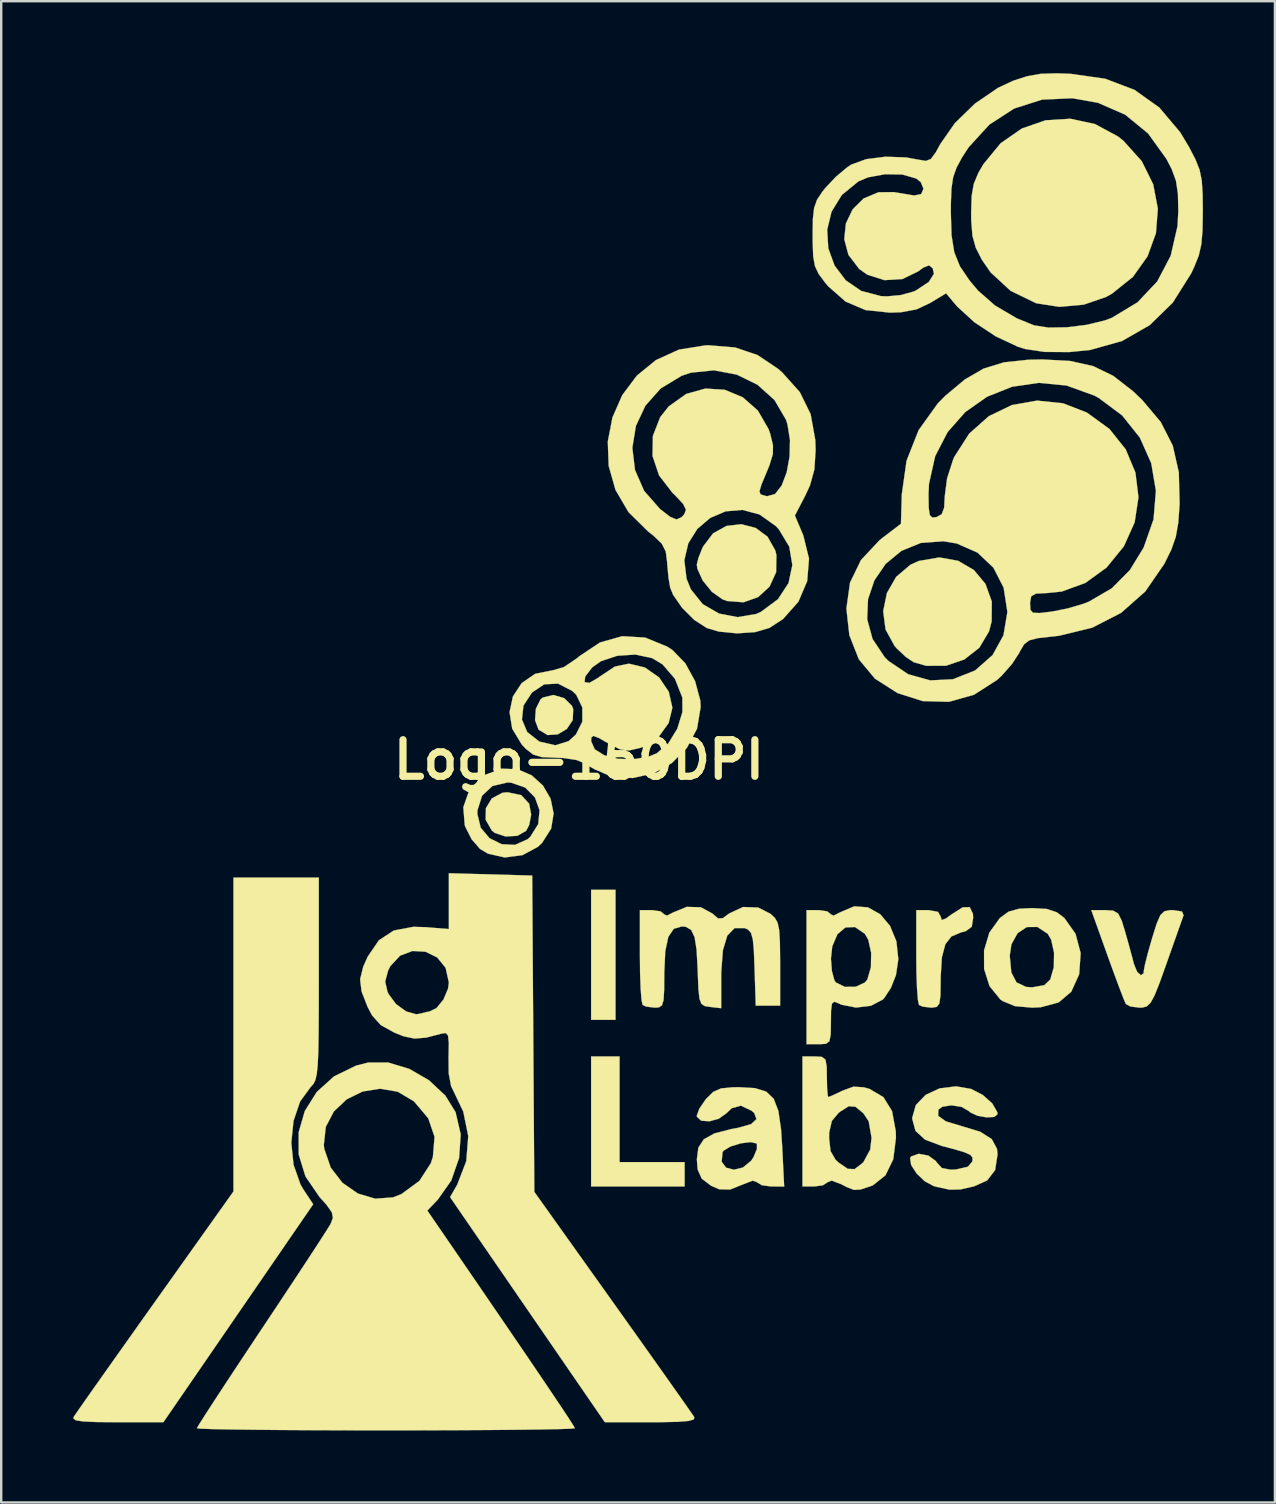
<source format=kicad_pcb>
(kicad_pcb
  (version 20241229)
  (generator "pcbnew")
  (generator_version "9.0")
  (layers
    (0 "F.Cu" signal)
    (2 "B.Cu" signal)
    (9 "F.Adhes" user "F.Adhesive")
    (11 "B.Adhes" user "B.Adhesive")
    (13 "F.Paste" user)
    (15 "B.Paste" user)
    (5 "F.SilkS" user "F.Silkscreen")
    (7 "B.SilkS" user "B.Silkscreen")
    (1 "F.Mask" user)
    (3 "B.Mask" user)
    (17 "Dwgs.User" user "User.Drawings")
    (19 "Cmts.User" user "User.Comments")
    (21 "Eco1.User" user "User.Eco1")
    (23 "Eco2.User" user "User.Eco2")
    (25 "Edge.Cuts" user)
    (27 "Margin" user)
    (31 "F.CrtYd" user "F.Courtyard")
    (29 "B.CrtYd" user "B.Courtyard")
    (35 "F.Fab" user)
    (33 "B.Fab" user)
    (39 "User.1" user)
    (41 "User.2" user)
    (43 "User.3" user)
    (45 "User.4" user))
  (footprint "Logo-150DPI"
    (layer "F.Cu")
    (at 21.07 28.603)
    (property "Reference" "Logo-150DPI" (at 0 0 0) (layer "F.SilkS") (effects (font (size 1.524 1.524) (thickness 0.3))))
    (attr through_hole)
    (fp_poly (pts (xy 1.524 10.837) (xy 0.508 10.837) (xy 0.508 5.419) (xy 1.524 5.419) (xy 1.524 10.837)) (stroke (width 0.01) (type solid)) (fill yes) (layer "F.SilkS"))
    (fp_poly (pts (xy 1.693 16.764) (xy 4.403 16.764) (xy 4.403 17.78) (xy 0.508 17.78) (xy 0.508 12.361) (xy 1.693 12.361) (xy 1.693 16.764)) (stroke (width 0.01) (type solid)) (fill yes) (layer "F.SilkS"))
    (fp_poly (pts (xy -2.405 1.475) (xy -2.074 1.83) (xy -1.99 2.286) (xy -2.072 2.719) (xy -2.201 2.963) (xy -2.564 3.17) (xy -3.053 3.198) (xy -3.506 3.048) (xy -3.629 2.951) (xy -3.888 2.497) (xy -3.875 2.017) (xy -3.63 1.611) (xy -3.193 1.378) (xy -2.978 1.355) (xy -2.405 1.475)) (stroke (width 0.01) (type solid)) (fill yes) (layer "F.SilkS"))
    (fp_poly (pts (xy -0.613 -2.566) (xy -0.291 -2.248) (xy -0.237 -2.107) (xy -0.258 -1.65) (xy -0.505 -1.282) (xy -0.885 -1.057) (xy -1.306 -1.028) (xy -1.676 -1.249) (xy -1.685 -1.26) (xy -1.829 -1.649) (xy -1.794 -2.123) (xy -1.603 -2.51) (xy -1.508 -2.59) (xy -1.065 -2.698) (xy -0.613 -2.566)) (stroke (width 0.01) (type solid)) (fill yes) (layer "F.SilkS"))
    (fp_poly (pts (xy 7.358 -9.661) (xy 7.857 -9.294) (xy 8.181 -8.721) (xy 8.228 -8.531) (xy 8.216 -7.815) (xy 7.942 -7.213) (xy 7.468 -6.777) (xy 6.859 -6.559) (xy 6.178 -6.612) (xy 5.98 -6.684) (xy 5.538 -6.997) (xy 5.157 -7.467) (xy 4.933 -7.961) (xy 4.911 -8.136) (xy 4.979 -8.41) (xy 5.145 -8.825) (xy 5.173 -8.883) (xy 5.589 -9.433) (xy 6.144 -9.74) (xy 6.76 -9.813) (xy 7.358 -9.661)) (stroke (width 0.01) (type solid)) (fill yes) (layer "F.SilkS"))
    (fp_poly (pts (xy 15.8 -8.288) (xy 16.457 -7.903) (xy 16.939 -7.323) (xy 17.201 -6.593) (xy 17.195 -5.762) (xy 17.086 -5.348) (xy 16.682 -4.666) (xy 16.06 -4.179) (xy 15.297 -3.917) (xy 14.471 -3.914) (xy 13.956 -4.059) (xy 13.621 -4.279) (xy 13.235 -4.644) (xy 13.152 -4.738) (xy 12.775 -5.425) (xy 12.676 -6.187) (xy 12.83 -6.945) (xy 13.216 -7.618) (xy 13.809 -8.123) (xy 14.153 -8.28) (xy 15.016 -8.429) (xy 15.8 -8.288)) (stroke (width 0.01) (type solid)) (fill yes) (layer "F.SilkS"))
    (fp_poly (pts (xy 16.415 6.418) (xy 16.425 6.591) (xy 16.367 6.957) (xy 16.124 7.14) (xy 15.907 7.199) (xy 15.519 7.363) (xy 15.265 7.688) (xy 15.123 8.228) (xy 15.072 9.036) (xy 15.071 9.24) (xy 15.062 9.828) (xy 15.018 10.155) (xy 14.911 10.296) (xy 14.712 10.329) (xy 14.676 10.329) (xy 14.32 10.286) (xy 14.168 10.216) (xy 14.123 10.011) (xy 14.086 9.54) (xy 14.062 8.876) (xy 14.055 8.184) (xy 14.055 6.265) (xy 14.563 6.265) (xy 14.958 6.336) (xy 15.071 6.532) (xy 15.114 6.678) (xy 15.29 6.615) (xy 15.517 6.447) (xy 15.986 6.15) (xy 16.282 6.14) (xy 16.415 6.418)) (stroke (width 0.01) (type solid)) (fill yes) (layer "F.SilkS"))
    (fp_poly (pts (xy 21.501 -26.485) (xy 22.462 -25.966) (xy 22.689 -25.785) (xy 23.451 -24.935) (xy 23.926 -23.974) (xy 24.12 -22.957) (xy 24.04 -21.938) (xy 23.69 -20.973) (xy 23.078 -20.114) (xy 22.209 -19.418) (xy 21.959 -19.279) (xy 21.034 -18.961) (xy 20.02 -18.868) (xy 19.07 -19.015) (xy 19.036 -19.025) (xy 17.986 -19.535) (xy 17.15 -20.306) (xy 16.79 -20.828) (xy 16.534 -21.33) (xy 16.396 -21.824) (xy 16.345 -22.453) (xy 16.341 -22.788) (xy 16.362 -23.486) (xy 16.45 -23.992) (xy 16.641 -24.45) (xy 16.853 -24.815) (xy 17.57 -25.686) (xy 18.45 -26.297) (xy 19.438 -26.641) (xy 20.474 -26.706) (xy 21.501 -26.485)) (stroke (width 0.01) (type solid)) (fill yes) (layer "F.SilkS"))
    (fp_poly (pts (xy -10.837 9.118) (xy -10.839 10.423) (xy -10.845 11.433) (xy -10.859 12.187) (xy -10.884 12.729) (xy -10.924 13.101) (xy -10.98 13.344) (xy -11.057 13.502) (xy -11.158 13.615) (xy -11.17 13.626) (xy -11.617 14.238) (xy -11.891 15.049) (xy -11.984 15.96) (xy -11.89 16.874) (xy -11.602 17.695) (xy -11.472 17.915) (xy -11.071 18.52) (xy -14.192 23.061) (xy -17.313 27.601) (xy -19.248 27.601) (xy -20.096 27.594) (xy -20.651 27.57) (xy -20.959 27.522) (xy -21.065 27.445) (xy -21.048 27.377) (xy -20.92 27.189) (xy -20.62 26.759) (xy -20.172 26.122) (xy -19.599 25.312) (xy -18.926 24.362) (xy -18.178 23.307) (xy -17.653 22.569) (xy -14.393 17.986) (xy -14.393 4.911) (xy -10.837 4.911) (xy -10.837 9.118)) (stroke (width 0.01) (type solid)) (fill yes) (layer "F.SilkS"))
    (fp_poly (pts (xy -2.554 0.397) (xy -1.969 0.65) (xy -1.498 1.076) (xy -1.18 1.624) (xy -1.054 2.239) (xy -1.158 2.869) (xy -1.532 3.46) (xy -1.712 3.63) (xy -2.355 3.976) (xy -3.088 4.072) (xy -3.79 3.914) (xy -4.122 3.716) (xy -4.468 3.317) (xy -4.734 2.795) (xy -4.757 2.725) (xy -4.795 2.252) (xy -4.233 2.252) (xy -4.092 2.833) (xy -3.725 3.269) (xy -3.219 3.519) (xy -2.661 3.546) (xy -2.138 3.312) (xy -2.032 3.217) (xy -1.696 2.682) (xy -1.641 2.105) (xy -1.833 1.571) (xy -2.236 1.161) (xy -2.818 0.957) (xy -2.981 0.948) (xy -3.602 1.094) (xy -4.034 1.497) (xy -4.227 2.107) (xy -4.233 2.252) (xy -4.795 2.252) (xy -4.817 1.979) (xy -4.574 1.285) (xy -4.062 0.729) (xy -3.908 0.628) (xy -3.213 0.372) (xy -2.554 0.397)) (stroke (width 0.01) (type solid)) (fill yes) (layer "F.SilkS"))
    (fp_poly (pts (xy 19.494 6.217) (xy 19.911 6.356) (xy 20.224 6.593) (xy 20.689 7.249) (xy 20.904 8.056) (xy 20.844 8.912) (xy 20.83 8.966) (xy 20.512 9.666) (xy 19.99 10.11) (xy 19.242 10.312) (xy 18.881 10.329) (xy 18.165 10.266) (xy 17.655 10.055) (xy 17.553 9.982) (xy 17.106 9.431) (xy 16.881 8.72) (xy 16.879 8.165) (xy 17.949 8.165) (xy 18.015 8.859) (xy 18.232 9.278) (xy 18.629 9.464) (xy 18.881 9.483) (xy 19.391 9.391) (xy 19.637 9.155) (xy 19.785 8.645) (xy 19.795 8.041) (xy 19.675 7.499) (xy 19.532 7.252) (xy 19.102 6.967) (xy 18.661 6.971) (xy 18.277 7.225) (xy 18.019 7.688) (xy 17.949 8.165) (xy 16.879 8.165) (xy 16.879 7.945) (xy 17.099 7.203) (xy 17.538 6.593) (xy 17.897 6.331) (xy 18.332 6.208) (xy 18.881 6.181) (xy 19.494 6.217)) (stroke (width 0.01) (type solid)) (fill yes) (layer "F.SilkS"))
    (fp_poly (pts (xy 22.259 6.287) (xy 22.465 6.407) (xy 22.615 6.705) (xy 22.753 7.154) (xy 22.922 7.756) (xy 23.068 8.297) (xy 23.122 8.509) (xy 23.257 8.835) (xy 23.416 8.98) (xy 23.525 8.895) (xy 23.537 8.781) (xy 23.583 8.532) (xy 23.703 8.058) (xy 23.873 7.461) (xy 23.883 7.427) (xy 24.072 6.823) (xy 24.223 6.476) (xy 24.39 6.314) (xy 24.624 6.267) (xy 24.748 6.265) (xy 25.124 6.322) (xy 25.192 6.477) (xy 25.108 6.715) (xy 24.937 7.198) (xy 24.705 7.854) (xy 24.474 8.509) (xy 24.192 9.295) (xy 23.985 9.815) (xy 23.819 10.123) (xy 23.661 10.275) (xy 23.477 10.325) (xy 23.356 10.329) (xy 22.978 10.281) (xy 22.787 10.179) (xy 22.696 9.968) (xy 22.519 9.507) (xy 22.28 8.865) (xy 22.02 8.147) (xy 21.346 6.265) (xy 21.922 6.265) (xy 22.259 6.287)) (stroke (width 0.01) (type solid)) (fill yes) (layer "F.SilkS"))
    (fp_poly (pts (xy 12.04 6.149) (xy 12.552 6.436) (xy 12.961 6.923) (xy 13.226 7.564) (xy 13.307 8.314) (xy 13.209 8.971) (xy 13.001 9.498) (xy 12.72 9.93) (xy 12.662 9.99) (xy 12.17 10.249) (xy 11.542 10.326) (xy 10.936 10.206) (xy 10.826 10.154) (xy 10.64 10.081) (xy 10.542 10.161) (xy 10.504 10.461) (xy 10.499 10.916) (xy 10.49 11.451) (xy 10.435 11.73) (xy 10.288 11.836) (xy 10.004 11.853) (xy 9.991 11.853) (xy 9.483 11.853) (xy 9.483 8.29) (xy 10.499 8.29) (xy 10.54 8.805) (xy 10.644 9.19) (xy 10.702 9.279) (xy 11.077 9.462) (xy 11.534 9.458) (xy 11.915 9.281) (xy 12.017 9.155) (xy 12.165 8.645) (xy 12.175 8.041) (xy 12.055 7.499) (xy 11.912 7.252) (xy 11.5 6.97) (xy 11.103 6.988) (xy 10.771 7.268) (xy 10.555 7.774) (xy 10.499 8.29) (xy 9.483 8.29) (xy 9.483 6.265) (xy 9.991 6.265) (xy 10.347 6.317) (xy 10.499 6.442) (xy 10.499 6.444) (xy 10.613 6.494) (xy 10.875 6.36) (xy 11.468 6.108) (xy 12.04 6.149)) (stroke (width 0.01) (type solid)) (fill yes) (layer "F.SilkS"))
    (fp_poly (pts (xy 10.122 12.38) (xy 10.272 12.494) (xy 10.324 12.79) (xy 10.329 13.208) (xy 10.34 13.691) (xy 10.367 13.998) (xy 10.388 14.055) (xy 10.563 13.987) (xy 10.916 13.82) (xy 10.982 13.788) (xy 11.44 13.62) (xy 11.877 13.649) (xy 12.111 13.717) (xy 12.686 14.057) (xy 13.045 14.636) (xy 13.2 15.47) (xy 13.208 15.756) (xy 13.096 16.646) (xy 12.772 17.314) (xy 12.25 17.729) (xy 12.133 17.775) (xy 11.724 17.908) (xy 11.457 17.921) (xy 11.155 17.803) (xy 10.925 17.684) (xy 10.53 17.534) (xy 10.361 17.601) (xy 10.168 17.729) (xy 9.807 17.78) (xy 9.313 17.78) (xy 9.313 15.748) (xy 10.422 15.748) (xy 10.482 16.303) (xy 10.696 16.672) (xy 10.818 16.782) (xy 11.2 17.044) (xy 11.484 17.056) (xy 11.801 16.815) (xy 11.853 16.764) (xy 12.136 16.242) (xy 12.192 15.748) (xy 12.072 15.062) (xy 11.853 14.732) (xy 11.522 14.458) (xy 11.241 14.436) (xy 10.879 14.664) (xy 10.818 14.714) (xy 10.537 15.049) (xy 10.428 15.524) (xy 10.422 15.748) (xy 9.313 15.748) (xy 9.313 12.361) (xy 9.821 12.361) (xy 10.122 12.38)) (stroke (width 0.01) (type solid)) (fill yes) (layer "F.SilkS"))
    (fp_poly (pts (xy 16.34 13.716) (xy 16.824 13.965) (xy 17.222 14.32) (xy 17.431 14.685) (xy 17.441 14.77) (xy 17.304 14.883) (xy 16.979 14.9) (xy 16.602 14.832) (xy 16.305 14.694) (xy 16.256 14.647) (xy 15.947 14.464) (xy 15.521 14.398) (xy 15.136 14.458) (xy 14.977 14.577) (xy 14.968 14.838) (xy 15.287 15.066) (xy 15.939 15.263) (xy 16.719 15.499) (xy 17.2 15.805) (xy 17.418 16.211) (xy 17.441 16.44) (xy 17.34 17.097) (xy 17.008 17.528) (xy 16.466 17.772) (xy 15.895 17.903) (xy 15.439 17.912) (xy 14.902 17.796) (xy 14.776 17.76) (xy 14.405 17.561) (xy 14.069 17.238) (xy 13.842 16.886) (xy 13.796 16.599) (xy 13.836 16.531) (xy 14.155 16.417) (xy 14.557 16.492) (xy 14.871 16.719) (xy 14.906 16.774) (xy 15.123 17.013) (xy 15.492 17.081) (xy 15.715 17.07) (xy 16.208 16.956) (xy 16.391 16.736) (xy 16.4 16.582) (xy 16.314 16.466) (xy 16.071 16.356) (xy 15.606 16.219) (xy 15.121 16.092) (xy 14.423 15.83) (xy 14.023 15.464) (xy 13.886 14.961) (xy 13.885 14.919) (xy 14.038 14.385) (xy 14.444 13.964) (xy 15.028 13.692) (xy 15.714 13.607) (xy 16.34 13.716)) (stroke (width 0.01) (type solid)) (fill yes) (layer "F.SilkS"))
    (fp_poly (pts (xy 7.332 13.681) (xy 7.802 13.826) (xy 8.116 14.127) (xy 8.31 14.634) (xy 8.421 15.396) (xy 8.467 16.091) (xy 8.551 17.781) (xy 8.015 17.78) (xy 7.626 17.729) (xy 7.422 17.607) (xy 7.419 17.601) (xy 7.239 17.536) (xy 6.855 17.684) (xy 6.298 17.907) (xy 5.846 17.897) (xy 5.503 17.747) (xy 5.116 17.453) (xy 4.944 17.068) (xy 4.921 16.748) (xy 5.946 16.748) (xy 6.132 16.996) (xy 6.457 17.081) (xy 6.834 16.988) (xy 7.178 16.703) (xy 7.271 16.562) (xy 7.417 16.21) (xy 7.414 15.994) (xy 7.412 15.991) (xy 7.153 15.93) (xy 6.739 15.983) (xy 6.314 16.115) (xy 6.025 16.289) (xy 5.984 16.35) (xy 5.946 16.748) (xy 4.921 16.748) (xy 4.913 16.649) (xy 4.975 16.161) (xy 5.202 15.814) (xy 5.645 15.568) (xy 6.358 15.384) (xy 6.64 15.333) (xy 7.172 15.182) (xy 7.397 14.972) (xy 7.303 14.718) (xy 7.19 14.622) (xy 6.746 14.412) (xy 6.365 14.519) (xy 6.141 14.732) (xy 5.824 14.958) (xy 5.436 15.064) (xy 5.094 15.039) (xy 4.916 14.875) (xy 4.911 14.826) (xy 5.014 14.542) (xy 5.269 14.167) (xy 5.314 14.112) (xy 5.598 13.836) (xy 5.915 13.695) (xy 6.392 13.647) (xy 6.67 13.643) (xy 7.332 13.681)) (stroke (width 0.01) (type solid)) (fill yes) (layer "F.SilkS"))
    (fp_poly (pts (xy 5.081 6.147) (xy 5.56 6.406) (xy 5.561 6.407) (xy 5.801 6.613) (xy 5.997 6.599) (xy 6.257 6.407) (xy 6.839 6.135) (xy 7.473 6.159) (xy 7.982 6.419) (xy 8.163 6.589) (xy 8.279 6.793) (xy 8.345 7.107) (xy 8.374 7.601) (xy 8.382 8.35) (xy 8.382 8.494) (xy 8.382 10.245) (xy 7.366 10.245) (xy 7.317 8.688) (xy 7.288 7.949) (xy 7.244 7.48) (xy 7.167 7.211) (xy 7.043 7.074) (xy 6.905 7.015) (xy 6.484 7.015) (xy 6.182 7.324) (xy 5.997 7.943) (xy 5.927 8.878) (xy 5.927 9.005) (xy 5.927 10.352) (xy 5.461 10.298) (xy 5.24 10.262) (xy 5.101 10.169) (xy 5.021 9.953) (xy 4.978 9.546) (xy 4.951 8.88) (xy 4.946 8.726) (xy 4.902 7.917) (xy 4.818 7.39) (xy 4.676 7.09) (xy 4.453 6.962) (xy 4.288 6.945) (xy 3.951 7.045) (xy 3.725 7.378) (xy 3.597 7.975) (xy 3.556 8.87) (xy 3.556 8.902) (xy 3.551 9.596) (xy 3.525 10.018) (xy 3.458 10.236) (xy 3.332 10.318) (xy 3.161 10.329) (xy 2.805 10.286) (xy 2.653 10.216) (xy 2.608 10.011) (xy 2.571 9.54) (xy 2.547 8.876) (xy 2.54 8.184) (xy 2.54 6.265) (xy 3.048 6.265) (xy 3.405 6.317) (xy 3.556 6.442) (xy 3.556 6.444) (xy 3.67 6.494) (xy 3.932 6.36) (xy 4.494 6.13) (xy 5.081 6.147)) (stroke (width 0.01) (type solid)) (fill yes) (layer "F.SilkS"))
    (fp_poly (pts (xy -1.947 4.826) (xy -1.903 11.415) (xy -1.859 18.003) (xy 1.411 22.591) (xy 2.198 23.695) (xy 2.924 24.717) (xy 3.566 25.622) (xy 4.098 26.376) (xy 4.499 26.945) (xy 4.742 27.295) (xy 4.806 27.39) (xy 4.787 27.484) (xy 4.572 27.548) (xy 4.118 27.585) (xy 3.384 27.6) (xy 3.005 27.601) (xy 1.079 27.601) (xy -2.145 22.912) (xy -5.369 18.223) (xy -5.071 17.705) (xy -4.694 16.728) (xy -4.611 15.681) (xy -4.819 14.658) (xy -5.11 14.049) (xy -5.327 13.594) (xy -5.425 13.074) (xy -5.432 12.388) (xy -5.421 11.808) (xy -5.452 11.497) (xy -5.544 11.387) (xy -5.703 11.407) (xy -6.365 11.578) (xy -6.854 11.617) (xy -7.31 11.521) (xy -7.695 11.367) (xy -8.257 11.054) (xy -8.62 10.65) (xy -8.807 10.294) (xy -9.056 9.654) (xy -9.105 9.242) (xy -8.072 9.242) (xy -7.977 9.662) (xy -7.932 9.761) (xy -7.62 10.181) (xy -7.197 10.487) (xy -6.778 10.605) (xy -6.632 10.582) (xy -6.32 10.504) (xy -6.251 10.499) (xy -5.939 10.352) (xy -5.645 9.991) (xy -5.452 9.536) (xy -5.419 9.282) (xy -5.554 8.671) (xy -5.906 8.238) (xy -6.393 7.998) (xy -6.935 7.968) (xy -7.451 8.164) (xy -7.859 8.601) (xy -7.951 8.786) (xy -8.072 9.242) (xy -9.105 9.242) (xy -9.116 9.146) (xy -8.988 8.625) (xy -8.802 8.207) (xy -8.337 7.524) (xy -7.715 7.115) (xy -6.898 6.961) (xy -6.378 6.976) (xy -5.419 7.055) (xy -5.419 4.729) (xy -1.947 4.826)) (stroke (width 0.01) (type solid)) (fill yes) (layer "F.SilkS"))
    (fp_poly (pts (xy -7.943 12.616) (xy -7.067 12.88) (xy -6.245 13.356) (xy -5.564 13.995) (xy -5.139 14.684) (xy -4.925 15.609) (xy -4.992 16.591) (xy -5.321 17.534) (xy -5.877 18.324) (xy -6.316 18.783) (xy -5.469 20.017) (xy -4.142 21.953) (xy -3.005 23.616) (xy -2.058 25.005) (xy -1.303 26.121) (xy -0.739 26.961) (xy -0.366 27.526) (xy -0.187 27.814) (xy -0.169 27.852) (xy -0.333 27.87) (xy -0.802 27.887) (xy -1.544 27.902) (xy -2.524 27.915) (xy -3.71 27.925) (xy -5.068 27.933) (xy -6.566 27.938) (xy -8.043 27.94) (xy -9.64 27.938) (xy -11.128 27.933) (xy -12.474 27.925) (xy -13.646 27.914) (xy -14.609 27.901) (xy -15.331 27.886) (xy -15.777 27.869) (xy -15.917 27.853) (xy -15.827 27.695) (xy -15.572 27.292) (xy -15.175 26.68) (xy -14.661 25.896) (xy -14.053 24.976) (xy -13.375 23.955) (xy -13.236 23.746) (xy -12.534 22.692) (xy -11.885 21.712) (xy -11.317 20.849) (xy -10.855 20.142) (xy -10.526 19.63) (xy -10.355 19.354) (xy -10.345 19.336) (xy -10.251 19.09) (xy -10.294 18.857) (xy -10.513 18.547) (xy -10.815 18.208) (xy -11.394 17.361) (xy -11.675 16.447) (xy -11.676 16.05) (xy -10.629 16.05) (xy -10.61 16.212) (xy -10.34 16.995) (xy -9.851 17.628) (xy -9.211 18.072) (xy -8.486 18.288) (xy -7.745 18.234) (xy -7.397 18.098) (xy -6.646 17.545) (xy -6.173 16.816) (xy -6.085 16.552) (xy -6.015 15.712) (xy -6.278 14.939) (xy -6.871 14.235) (xy -6.874 14.232) (xy -7.551 13.831) (xy -8.285 13.706) (xy -9.015 13.823) (xy -9.677 14.149) (xy -10.209 14.651) (xy -10.547 15.296) (xy -10.629 16.05) (xy -11.676 16.05) (xy -11.677 15.521) (xy -11.421 14.635) (xy -10.923 13.841) (xy -10.206 13.194) (xy -9.286 12.744) (xy -8.782 12.616) (xy -7.943 12.616)) (stroke (width 0.01) (type solid)) (fill yes) (layer "F.SilkS"))
    (fp_poly (pts (xy 2.762 -5.089) (xy 3.687 -4.709) (xy 3.901 -4.567) (xy 4.433 -4.017) (xy 4.841 -3.271) (xy 5.056 -2.469) (xy 5.073 -2.201) (xy 4.92 -1.291) (xy 4.5 -0.497) (xy 3.872 0.138) (xy 3.096 0.572) (xy 2.23 0.764) (xy 1.333 0.67) (xy 1.141 0.609) (xy 0.654 0.399) (xy 0.272 0.181) (xy 0.226 0.146) (xy -0.113 0.008) (xy -0.661 -0.073) (xy -0.971 -0.085) (xy -1.538 -0.108) (xy -1.907 -0.215) (xy -2.218 -0.459) (xy -2.384 -0.638) (xy -2.779 -1.29) (xy -2.842 -1.677) (xy -2.374 -1.677) (xy -2.155 -1.155) (xy -1.668 -0.77) (xy -1.626 -0.751) (xy -0.979 -0.603) (xy -0.433 -0.774) (xy -0.127 -1.049) (xy 0.141 -1.587) (xy 0.141 -2.181) (xy -0.114 -2.709) (xy -0.277 -2.866) (xy -0.872 -3.172) (xy -1.445 -3.141) (xy -1.955 -2.802) (xy -2.312 -2.253) (xy -2.374 -1.677) (xy -2.842 -1.677) (xy -2.891 -1.98) (xy -2.75 -2.637) (xy -2.385 -3.193) (xy -2.329 -3.232) (xy 0.237 -3.232) (xy 0.44 -3.203) (xy 0.826 -3.429) (xy 0.872 -3.467) (xy 1.496 -3.882) (xy 2.082 -4.003) (xy 2.724 -3.85) (xy 2.759 -3.836) (xy 3.339 -3.431) (xy 3.744 -2.832) (xy 3.894 -2.167) (xy 3.738 -1.53) (xy 3.327 -0.96) (xy 2.742 -0.561) (xy 2.559 -0.494) (xy 2.079 -0.384) (xy 1.713 -0.43) (xy 1.272 -0.654) (xy 0.828 -0.907) (xy 0.601 -0.994) (xy 0.519 -0.927) (xy 0.508 -0.772) (xy 0.659 -0.434) (xy 1.058 -0.186) (xy 1.619 -0.041) (xy 2.259 -0.017) (xy 2.894 -0.127) (xy 3.241 -0.266) (xy 3.721 -0.677) (xy 4.098 -1.294) (xy 4.311 -1.986) (xy 4.309 -2.591) (xy 3.999 -3.374) (xy 3.481 -3.975) (xy 3.05 -4.233) (xy 2.355 -4.382) (xy 1.599 -4.332) (xy 0.916 -4.104) (xy 0.552 -3.846) (xy 0.26 -3.463) (xy 0.237 -3.232) (xy -2.329 -3.232) (xy -1.825 -3.579) (xy -1.098 -3.725) (xy -1.09 -3.725) (xy -0.624 -3.861) (xy -0.074 -4.234) (xy 0.012 -4.309) (xy 0.876 -4.886) (xy 1.809 -5.148) (xy 2.762 -5.089)) (stroke (width 0.01) (type solid)) (fill yes) (layer "F.SilkS"))
    (fp_poly (pts (xy 6.509 -17.176) (xy 7.439 -16.862) (xy 8.297 -16.287) (xy 8.465 -16.141) (xy 9.203 -15.317) (xy 9.653 -14.401) (xy 9.848 -13.319) (xy 9.861 -12.906) (xy 9.811 -12.099) (xy 9.626 -11.428) (xy 9.431 -11.008) (xy 8.998 -10.174) (xy 9.348 -9.345) (xy 9.586 -8.382) (xy 9.51 -7.44) (xy 9.142 -6.58) (xy 8.504 -5.863) (xy 7.942 -5.495) (xy 7.345 -5.317) (xy 6.589 -5.265) (xy 5.828 -5.34) (xy 5.326 -5.488) (xy 4.805 -5.825) (xy 4.301 -6.326) (xy 3.923 -6.872) (xy 3.801 -7.173) (xy 3.731 -7.587) (xy 3.68 -8.131) (xy 3.674 -8.239) (xy 3.664 -8.314) (xy 4.391 -8.314) (xy 4.484 -7.541) (xy 4.665 -7.096) (xy 5.158 -6.483) (xy 5.838 -6.089) (xy 6.611 -5.942) (xy 7.383 -6.073) (xy 7.586 -6.163) (xy 8.294 -6.69) (xy 8.733 -7.361) (xy 8.892 -8.112) (xy 8.762 -8.88) (xy 8.33 -9.599) (xy 8.204 -9.734) (xy 7.528 -10.217) (xy 6.813 -10.409) (xy 6.11 -10.349) (xy 5.466 -10.072) (xy 4.932 -9.616) (xy 4.557 -9.018) (xy 4.391 -8.314) (xy 3.664 -8.314) (xy 3.617 -8.677) (xy 3.45 -9.004) (xy 3.097 -9.341) (xy 2.886 -9.506) (xy 2.066 -10.315) (xy 1.523 -11.241) (xy 1.24 -12.239) (xy 1.212 -12.992) (xy 2.225 -12.992) (xy 2.336 -12.07) (xy 2.716 -11.202) (xy 3.376 -10.449) (xy 3.797 -10.122) (xy 4.065 -10.012) (xy 4.271 -10.102) (xy 4.391 -10.23) (xy 4.459 -10.417) (xy 4.34 -10.66) (xy 3.996 -11.026) (xy 3.898 -11.119) (xy 3.339 -11.844) (xy 3.066 -12.657) (xy 3.081 -13.491) (xy 3.386 -14.274) (xy 3.741 -14.721) (xy 4.469 -15.24) (xy 5.267 -15.465) (xy 6.073 -15.414) (xy 6.823 -15.103) (xy 7.454 -14.55) (xy 7.903 -13.772) (xy 7.973 -13.566) (xy 8.084 -13.107) (xy 8.079 -12.728) (xy 7.941 -12.278) (xy 7.821 -11.983) (xy 7.606 -11.467) (xy 7.521 -11.185) (xy 7.567 -11.056) (xy 7.747 -10.999) (xy 7.85 -10.98) (xy 8.174 -11.073) (xy 8.449 -11.428) (xy 8.655 -11.971) (xy 8.776 -12.627) (xy 8.793 -13.322) (xy 8.687 -13.981) (xy 8.625 -14.171) (xy 8.146 -14.988) (xy 7.438 -15.624) (xy 6.574 -16.046) (xy 5.626 -16.224) (xy 4.668 -16.127) (xy 4.273 -15.994) (xy 3.407 -15.469) (xy 2.77 -14.753) (xy 2.373 -13.907) (xy 2.225 -12.992) (xy 1.212 -12.992) (xy 1.203 -13.26) (xy 1.396 -14.259) (xy 1.804 -15.189) (xy 2.411 -16.001) (xy 3.204 -16.649) (xy 4.166 -17.087) (xy 5.282 -17.266) (xy 5.399 -17.268) (xy 6.509 -17.176)) (stroke (width 0.01) (type solid)) (fill yes) (layer "F.SilkS"))
    (fp_poly (pts (xy 20.473 -16.613) (xy 21.423 -16.4) (xy 22.258 -15.996) (xy 23.08 -15.358) (xy 23.469 -14.987) (xy 24.241 -14.069) (xy 24.741 -13.088) (xy 24.993 -11.975) (xy 25.027 -10.668) (xy 24.971 -9.877) (xy 24.867 -9.285) (xy 24.68 -8.75) (xy 24.386 -8.156) (xy 23.594 -7.008) (xy 22.589 -6.12) (xy 21.386 -5.502) (xy 20.002 -5.165) (xy 19.728 -5.134) (xy 19.125 -5.067) (xy 18.764 -4.974) (xy 18.548 -4.81) (xy 18.38 -4.527) (xy 18.347 -4.457) (xy 18.047 -3.994) (xy 17.611 -3.5) (xy 17.421 -3.324) (xy 16.461 -2.708) (xy 15.415 -2.413) (xy 14.322 -2.443) (xy 13.273 -2.777) (xy 12.331 -3.38) (xy 11.662 -4.184) (xy 11.267 -5.187) (xy 11.193 -5.853) (xy 12.01 -5.853) (xy 12.233 -5.032) (xy 12.737 -4.276) (xy 12.897 -4.115) (xy 13.717 -3.563) (xy 14.636 -3.306) (xy 15.583 -3.354) (xy 16.489 -3.713) (xy 16.523 -3.734) (xy 17.235 -4.362) (xy 17.687 -5.184) (xy 17.848 -6.14) (xy 17.848 -6.175) (xy 17.694 -7.171) (xy 17.268 -8.002) (xy 16.605 -8.629) (xy 15.741 -9.01) (xy 15.185 -9.102) (xy 14.244 -9.032) (xy 13.434 -8.701) (xy 12.781 -8.163) (xy 12.309 -7.473) (xy 12.044 -6.685) (xy 12.01 -5.853) (xy 11.193 -5.853) (xy 11.144 -6.3) (xy 11.294 -7.378) (xy 11.752 -8.323) (xy 12.524 -9.146) (xy 12.677 -9.268) (xy 13.416 -9.831) (xy 13.451 -11.054) (xy 13.453 -11.065) (xy 14.564 -11.065) (xy 14.573 -10.495) (xy 14.617 -10.193) (xy 14.721 -10.09) (xy 14.901 -10.111) (xy 15.116 -10.231) (xy 15.217 -10.505) (xy 15.242 -10.984) (xy 15.34 -11.73) (xy 15.595 -12.519) (xy 15.641 -12.622) (xy 16.262 -13.59) (xy 17.079 -14.315) (xy 18.039 -14.778) (xy 19.088 -14.963) (xy 20.172 -14.85) (xy 21.164 -14.464) (xy 22.105 -13.78) (xy 22.781 -12.93) (xy 23.186 -11.964) (xy 23.312 -10.934) (xy 23.154 -9.893) (xy 22.704 -8.891) (xy 21.986 -8.01) (xy 21.102 -7.367) (xy 20.117 -7.008) (xy 19.479 -6.943) (xy 19.041 -6.921) (xy 18.845 -6.814) (xy 18.797 -6.56) (xy 18.796 -6.498) (xy 18.812 -6.242) (xy 18.918 -6.124) (xy 19.196 -6.112) (xy 19.685 -6.17) (xy 20.36 -6.303) (xy 21.026 -6.499) (xy 21.251 -6.588) (xy 22.202 -7.143) (xy 22.951 -7.898) (xy 23.528 -8.839) (xy 23.94 -10.013) (xy 24.039 -11.202) (xy 23.844 -12.355) (xy 23.37 -13.419) (xy 22.634 -14.343) (xy 21.654 -15.075) (xy 21.463 -15.177) (xy 20.312 -15.591) (xy 19.156 -15.702) (xy 18.038 -15.538) (xy 17.003 -15.123) (xy 16.096 -14.486) (xy 15.361 -13.651) (xy 14.842 -12.647) (xy 14.585 -11.499) (xy 14.564 -11.065) (xy 13.453 -11.065) (xy 13.65 -12.459) (xy 14.152 -13.731) (xy 14.949 -14.843) (xy 15.267 -15.165) (xy 16.079 -15.844) (xy 16.858 -16.295) (xy 17.708 -16.557) (xy 18.731 -16.666) (xy 19.304 -16.677) (xy 20.473 -16.613)) (stroke (width 0.01) (type solid)) (fill yes) (layer "F.SilkS"))
    (fp_poly (pts (xy 20.489 -28.577) (xy 21.924 -28.373) (xy 23.147 -27.909) (xy 24.181 -27.172) (xy 25.044 -26.15) (xy 25.412 -25.54) (xy 25.687 -25.01) (xy 25.858 -24.578) (xy 25.949 -24.134) (xy 25.986 -23.564) (xy 25.993 -22.86) (xy 25.981 -22.057) (xy 25.932 -21.477) (xy 25.824 -21.007) (xy 25.635 -20.532) (xy 25.503 -20.253) (xy 24.74 -19.042) (xy 23.779 -18.105) (xy 22.628 -17.446) (xy 21.293 -17.071) (xy 20.423 -16.984) (xy 19.398 -16.991) (xy 18.606 -17.109) (xy 18.289 -17.206) (xy 17.361 -17.641) (xy 16.473 -18.23) (xy 15.764 -18.878) (xy 15.711 -18.939) (xy 15.297 -19.432) (xy 14.633 -19.03) (xy 14.065 -18.763) (xy 13.422 -18.644) (xy 12.951 -18.628) (xy 11.937 -18.736) (xy 11.11 -19.088) (xy 10.39 -19.721) (xy 10.249 -19.888) (xy 9.987 -20.24) (xy 9.834 -20.565) (xy 9.76 -20.971) (xy 9.738 -21.568) (xy 9.737 -21.844) (xy 9.74 -22.078) (xy 10.343 -22.078) (xy 10.389 -21.308) (xy 10.651 -20.588) (xy 11.113 -19.977) (xy 11.76 -19.533) (xy 12.578 -19.317) (xy 12.835 -19.305) (xy 13.419 -19.362) (xy 13.943 -19.506) (xy 14.033 -19.547) (xy 14.575 -19.905) (xy 14.79 -20.246) (xy 14.739 -20.478) (xy 14.589 -20.597) (xy 14.348 -20.503) (xy 14.133 -20.345) (xy 13.473 -20.026) (xy 12.732 -19.981) (xy 12.02 -20.206) (xy 11.676 -20.447) (xy 11.229 -21.033) (xy 11.055 -21.686) (xy 11.122 -22.341) (xy 11.329 -22.775) (xy 15.495 -22.775) (xy 15.524 -21.849) (xy 15.637 -21.146) (xy 15.873 -20.558) (xy 16.27 -19.972) (xy 16.624 -19.55) (xy 17.331 -18.928) (xy 18.245 -18.39) (xy 18.965 -18.098) (xy 19.555 -18.005) (xy 20.331 -18.017) (xy 21.161 -18.121) (xy 21.916 -18.304) (xy 22.208 -18.414) (xy 23.272 -19.057) (xy 24.093 -19.926) (xy 24.654 -20.993) (xy 24.939 -22.232) (xy 24.973 -22.86) (xy 24.955 -23.589) (xy 24.873 -24.125) (xy 24.695 -24.612) (xy 24.476 -25.033) (xy 23.714 -26.092) (xy 22.76 -26.874) (xy 21.625 -27.37) (xy 20.56 -27.56) (xy 19.295 -27.502) (xy 18.13 -27.13) (xy 17.098 -26.461) (xy 16.234 -25.515) (xy 15.958 -25.089) (xy 15.73 -24.663) (xy 15.591 -24.268) (xy 15.52 -23.795) (xy 15.496 -23.138) (xy 15.495 -22.775) (xy 11.329 -22.775) (xy 11.402 -22.929) (xy 11.863 -23.385) (xy 12.476 -23.642) (xy 13.123 -23.649) (xy 13.611 -23.568) (xy 13.964 -23.509) (xy 14.259 -23.566) (xy 14.355 -23.791) (xy 14.24 -24.068) (xy 14.05 -24.217) (xy 13.472 -24.382) (xy 12.751 -24.394) (xy 12.042 -24.263) (xy 11.64 -24.093) (xy 10.953 -23.529) (xy 10.526 -22.838) (xy 10.343 -22.078) (xy 9.74 -22.078) (xy 9.747 -22.533) (xy 9.799 -22.993) (xy 9.922 -23.335) (xy 10.144 -23.668) (xy 10.263 -23.818) (xy 10.706 -24.289) (xy 11.19 -24.693) (xy 11.345 -24.795) (xy 11.967 -25.021) (xy 12.773 -25.124) (xy 13.627 -25.095) (xy 14.139 -25.002) (xy 14.449 -24.948) (xy 14.663 -25.029) (xy 14.869 -25.308) (xy 15.057 -25.654) (xy 15.665 -26.526) (xy 16.5 -27.337) (xy 17.456 -27.991) (xy 18.085 -28.286) (xy 18.675 -28.478) (xy 19.239 -28.577) (xy 19.912 -28.598) (xy 20.489 -28.577)) (stroke (width 0.01) (type solid)) (fill yes) (layer "F.SilkS")))
  (gr_rect
    (start -3 -3)
    (end 50.068 59.548)
    (stroke (width 0.1) (type default))
    (fill no)
    (layer "Edge.Cuts")))
</source>
